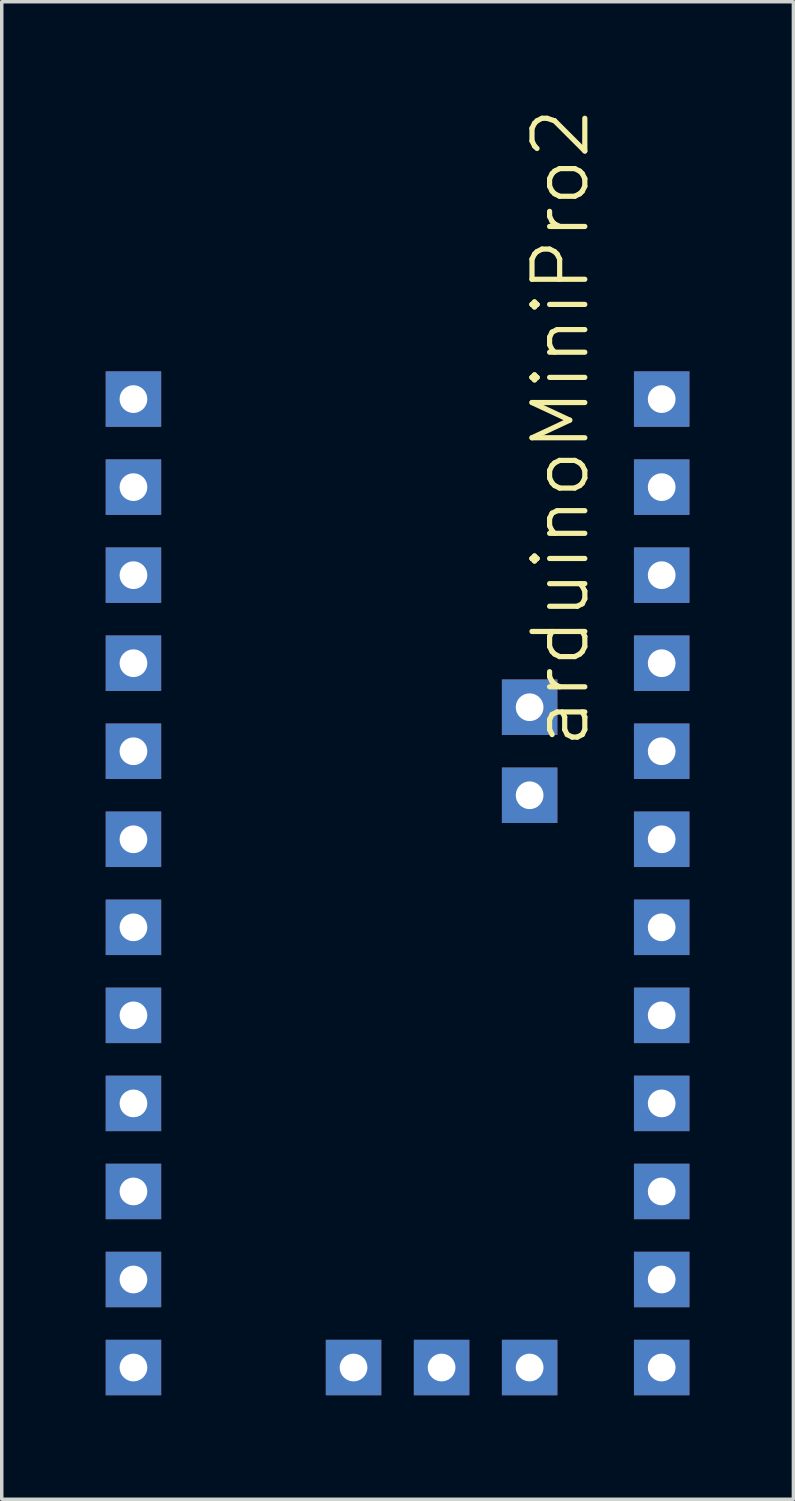
<source format=kicad_pcb>
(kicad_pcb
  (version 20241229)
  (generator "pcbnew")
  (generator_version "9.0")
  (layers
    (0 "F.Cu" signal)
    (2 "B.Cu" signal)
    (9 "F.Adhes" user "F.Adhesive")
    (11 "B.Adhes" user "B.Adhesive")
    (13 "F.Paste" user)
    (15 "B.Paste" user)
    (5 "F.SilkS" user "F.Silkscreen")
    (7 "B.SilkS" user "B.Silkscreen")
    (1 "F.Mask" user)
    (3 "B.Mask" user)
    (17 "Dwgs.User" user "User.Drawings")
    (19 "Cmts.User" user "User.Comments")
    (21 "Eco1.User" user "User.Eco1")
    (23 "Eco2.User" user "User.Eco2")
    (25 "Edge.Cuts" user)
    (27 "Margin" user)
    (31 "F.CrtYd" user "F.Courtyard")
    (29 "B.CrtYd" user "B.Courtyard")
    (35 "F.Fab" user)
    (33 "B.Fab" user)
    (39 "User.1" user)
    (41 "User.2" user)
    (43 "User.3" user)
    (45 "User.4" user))
  (footprint "arduinoMiniPro2"
    (layer "F.Cu")
    (at 5.88 14.814)
    (property "Reference" "arduinoMiniPro2" (at 7.245 -5.525 90) (layer "F.SilkS") (effects (font (size 1.524 1.524) (thickness 0.15))))
    (attr through_hole)
    (pad "7" thru_hole rect (at -5.08 -6.35 180) (size 1.6 1.6) (drill 0.8) (layers "*.Cu" "*.Mask"))
    (pad "8" thru_hole rect (at -5.08 -3.81 180) (size 1.6 1.6) (drill 0.8) (layers "*.Cu" "*.Mask"))
    (pad "9" thru_hole rect (at -5.08 -1.27 180) (size 1.6 1.6) (drill 0.8) (layers "*.Cu" "*.Mask"))
    (pad "10" thru_hole rect (at -5.08 1.27 180) (size 1.6 1.6) (drill 0.8) (layers "*.Cu" "*.Mask"))
    (pad "11" thru_hole rect (at -5.08 3.81 180) (size 1.6 1.6) (drill 0.8) (layers "*.Cu" "*.Mask"))
    (pad "12" thru_hole rect (at -5.08 6.35 180) (size 1.6 1.6) (drill 0.8) (layers "*.Cu" "*.Mask"))
    (pad "13" thru_hole rect (at -5.08 8.89 180) (size 1.6 1.6) (drill 0.8) (layers "*.Cu" "*.Mask"))
    (pad "14" thru_hole rect (at -5.08 11.43 180) (size 1.6 1.6) (drill 0.8) (layers "*.Cu" "*.Mask"))
    (pad "15" thru_hole rect (at -5.08 13.97 180) (size 1.6 1.6) (drill 0.8) (layers "*.Cu" "*.Mask"))
    (pad "16" thru_hole rect (at -5.08 16.51 180) (size 1.6 1.6) (drill 0.8) (layers "*.Cu" "*.Mask"))
    (pad "17" thru_hole rect (at -5.08 19.05 180) (size 1.6 1.6) (drill 0.8) (layers "*.Cu" "*.Mask"))
    (pad "18" thru_hole rect (at -5.08 21.59 180) (size 1.6 1.6) (drill 0.8) (layers "*.Cu" "*.Mask"))
    (pad "19" thru_hole rect (at 10.16 -6.35 180) (size 1.6 1.6) (drill 0.8) (layers "*.Cu" "*.Mask"))
    (pad "20" thru_hole rect (at 10.16 -3.81 180) (size 1.6 1.6) (drill 0.8) (layers "*.Cu" "*.Mask"))
    (pad "21" thru_hole rect (at 10.16 -1.27 180) (size 1.6 1.6) (drill 0.8) (layers "*.Cu" "*.Mask"))
    (pad "22" thru_hole rect (at 10.16 1.27 180) (size 1.6 1.6) (drill 0.8) (layers "*.Cu" "*.Mask"))
    (pad "23" thru_hole rect (at 10.16 3.81 180) (size 1.6 1.6) (drill 0.8) (layers "*.Cu" "*.Mask"))
    (pad "24" thru_hole rect (at 10.16 6.35 180) (size 1.6 1.6) (drill 0.8) (layers "*.Cu" "*.Mask"))
    (pad "25" thru_hole rect (at 10.16 8.89 180) (size 1.6 1.6) (drill 0.8) (layers "*.Cu" "*.Mask"))
    (pad "26" thru_hole rect (at 10.16 11.43 180) (size 1.6 1.6) (drill 0.8) (layers "*.Cu" "*.Mask"))
    (pad "27" thru_hole rect (at 10.16 13.97 180) (size 1.6 1.6) (drill 0.8) (layers "*.Cu" "*.Mask"))
    (pad "28" thru_hole rect (at 10.16 16.51 180) (size 1.6 1.6) (drill 0.8) (layers "*.Cu" "*.Mask"))
    (pad "29" thru_hole rect (at 10.16 19.05 180) (size 1.6 1.6) (drill 0.8) (layers "*.Cu" "*.Mask"))
    (pad "30" thru_hole rect (at 10.16 21.59 180) (size 1.6 1.6) (drill 0.8) (layers "*.Cu" "*.Mask"))
    (pad "31" thru_hole rect (at 6.35 5.08 270) (size 1.6 1.6) (drill 0.8) (layers "*.Cu" "*.Mask"))
    (pad "32" thru_hole rect (at 6.35 2.54 270) (size 1.6 1.6) (drill 0.8) (layers "*.Cu" "*.Mask"))
    (pad "A6" thru_hole rect (at 3.81 21.59 270) (size 1.6 1.6) (drill 0.8) (layers "*.Cu" "*.Mask"))
    (pad "A7" thru_hole rect (at 6.35 21.59 270) (size 1.6 1.6) (drill 0.8) (layers "*.Cu" "*.Mask"))
    (pad "GND4" thru_hole rect (at 1.27 21.59 270) (size 1.6 1.6) (drill 0.8) (layers "*.Cu" "*.Mask")))
  (gr_rect
    (start -3 -3)
    (end 19.84 40.204)
    (stroke (width 0.1) (type default))
    (fill no)
    (layer "Edge.Cuts")))
</source>
